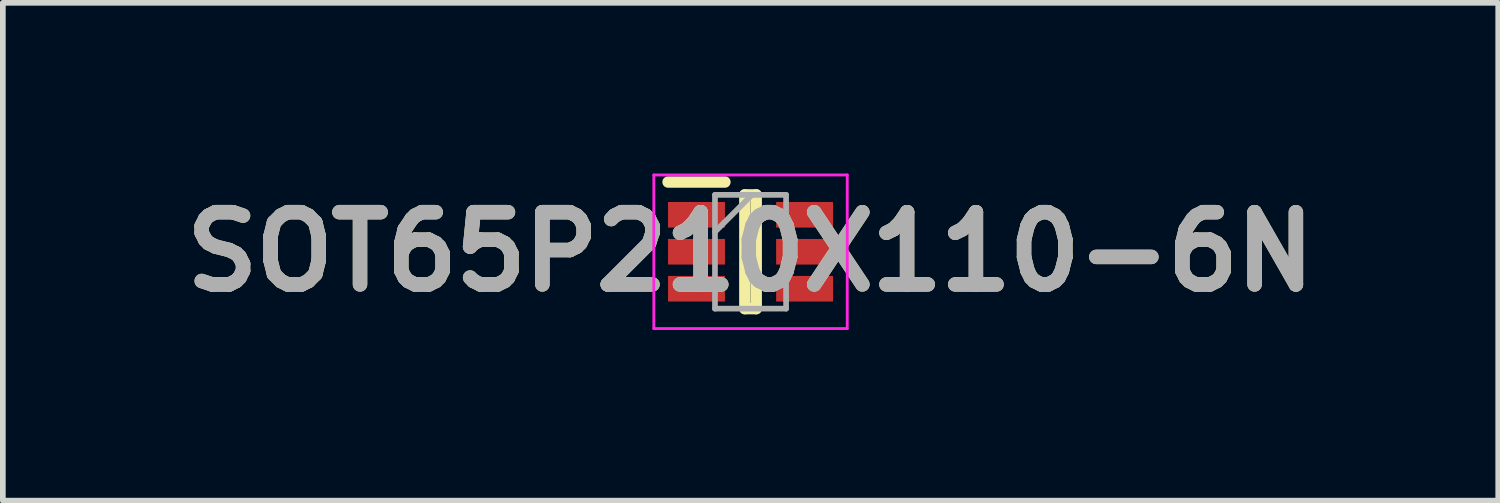
<source format=kicad_pcb>
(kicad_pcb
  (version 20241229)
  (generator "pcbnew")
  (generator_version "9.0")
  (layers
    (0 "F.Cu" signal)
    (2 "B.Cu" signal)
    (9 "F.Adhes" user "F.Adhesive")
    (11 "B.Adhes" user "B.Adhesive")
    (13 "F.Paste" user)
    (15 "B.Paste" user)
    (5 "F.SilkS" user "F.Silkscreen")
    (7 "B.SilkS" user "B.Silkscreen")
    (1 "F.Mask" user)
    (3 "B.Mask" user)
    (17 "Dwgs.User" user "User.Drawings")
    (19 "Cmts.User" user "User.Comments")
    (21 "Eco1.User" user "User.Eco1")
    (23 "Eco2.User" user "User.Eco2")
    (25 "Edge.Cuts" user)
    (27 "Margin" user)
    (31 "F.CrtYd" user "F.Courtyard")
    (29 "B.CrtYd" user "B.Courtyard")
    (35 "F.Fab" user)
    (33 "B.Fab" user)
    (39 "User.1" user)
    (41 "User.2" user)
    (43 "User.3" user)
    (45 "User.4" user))
  (footprint "SOT65P210X110-6N"
    (layer "F.Cu")
    (at 10.142 1.375)
    (property "Reference" "SOT65P210X110-6N" (at 0 0 0) (layer "F.SilkS") (effects (font (size 1.27 1.27) (thickness 0.254))))
    (attr smd)
    (fp_line (start -1.45 -1.225) (end -0.45 -1.225) (stroke (width 0.2) (type solid)) (layer "F.SilkS"))
    (fp_line (start -0.1 -1) (end 0.1 -1) (stroke (width 0.2) (type solid)) (layer "F.SilkS"))
    (fp_line (start -0.1 1) (end -0.1 -1) (stroke (width 0.2) (type solid)) (layer "F.SilkS"))
    (fp_line (start 0.1 -1) (end 0.1 1) (stroke (width 0.2) (type solid)) (layer "F.SilkS"))
    (fp_line (start 0.1 1) (end -0.1 1) (stroke (width 0.2) (type solid)) (layer "F.SilkS"))
    (fp_line (start -1.7 -1.35) (end 1.7 -1.35) (stroke (width 0.05) (type solid)) (layer "F.CrtYd"))
    (fp_line (start -1.7 1.35) (end -1.7 -1.35) (stroke (width 0.05) (type solid)) (layer "F.CrtYd"))
    (fp_line (start 1.7 -1.35) (end 1.7 1.35) (stroke (width 0.05) (type solid)) (layer "F.CrtYd"))
    (fp_line (start 1.7 1.35) (end -1.7 1.35) (stroke (width 0.05) (type solid)) (layer "F.CrtYd"))
    (fp_line (start -0.625 -1) (end 0.625 -1) (stroke (width 0.1) (type solid)) (layer "F.Fab"))
    (fp_line (start -0.625 -0.35) (end 0.025 -1) (stroke (width 0.1) (type solid)) (layer "F.Fab"))
    (fp_line (start -0.625 1) (end -0.625 -1) (stroke (width 0.1) (type solid)) (layer "F.Fab"))
    (fp_line (start 0.625 -1) (end 0.625 1) (stroke (width 0.1) (type solid)) (layer "F.Fab"))
    (fp_line (start 0.625 1) (end -0.625 1) (stroke (width 0.1) (type solid)) (layer "F.Fab"))
    (fp_text user "${REFERENCE}" (at 0 0 0) (layer "F.Fab") (effects (font (size 1.27 1.27) (thickness 0.254))))
    (pad "1" smd rect (at -0.95 -0.65 90) (size 0.45 1) (layers "F.Cu" "F.Mask" "F.Paste"))
    (pad "2" smd rect (at -0.95 0 90) (size 0.45 1) (layers "F.Cu" "F.Mask" "F.Paste"))
    (pad "3" smd rect (at -0.95 0.65 90) (size 0.45 1) (layers "F.Cu" "F.Mask" "F.Paste"))
    (pad "4" smd rect (at 0.95 0.65 90) (size 0.45 1) (layers "F.Cu" "F.Mask" "F.Paste"))
    (pad "5" smd rect (at 0.95 0 90) (size 0.45 1) (layers "F.Cu" "F.Mask" "F.Paste"))
    (pad "6" smd rect (at 0.95 -0.65 90) (size 0.45 1) (layers "F.Cu" "F.Mask" "F.Paste")))
  (gr_rect
    (start -3 -3)
    (end 23.284 5.75)
    (stroke (width 0.1) (type default))
    (fill no)
    (layer "Edge.Cuts")))
</source>
